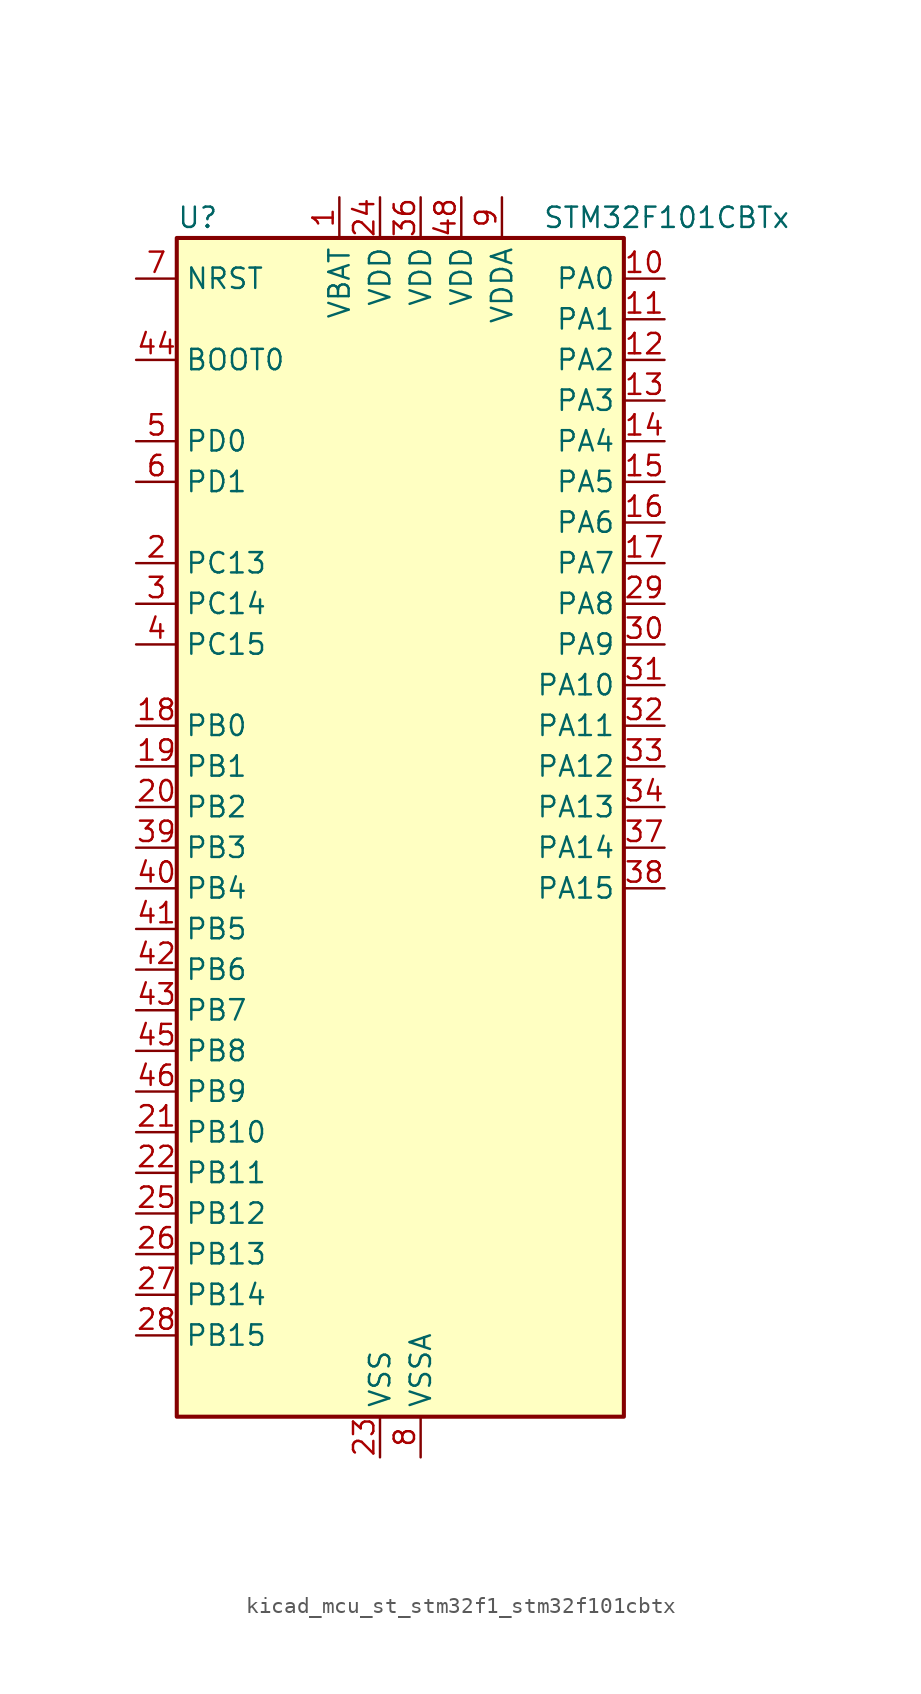
<source format=kicad_sym>
(kicad_symbol_lib
  (version 20220914)
  (generator kicad_symbol_editor)
  (symbol "kicad_mcu_st_stm32f1_stm32f101cbtx"
    (property "Reference" "U"
      (at -12.7 39.37 0)
      (effects (font (size 1.27 1.27)) (justify left)))
    (property "Value" "STM32F101CBTx"
      (at 10.16 39.37 0)
      (effects (font (size 1.27 1.27)) (justify left)))
    (property "ki_locked" ""
      (at 0 0 0)
      (effects (font (size 1.27 1.27))))
    (symbol "kicad_mcu_st_stm32f1_stm32f101cbtx_0_1"
      (rectangle (start -12.7 -35.56) (end 15.24 38.1) (stroke (width 0.254) (type default)) (fill (type background))))
    (symbol "kicad_mcu_st_stm32f1_stm32f101cbtx_1_1"
      (pin power_in line (at -2.54 40.64 270) (length 2.54) (name "VBAT" (effects (font (size 1.27 1.27)))) (number "1" (effects (font (size 1.27 1.27)))))
      (pin bidirectional line (at 17.78 35.56 180) (length 2.54) (name "PA0" (effects (font (size 1.27 1.27)))) (number "10" (effects (font (size 1.27 1.27)))) (alternate "ADC1_IN0" bidirectional line) (alternate "SYS_WKUP" bidirectional line) (alternate "TIM2_CH1" bidirectional line) (alternate "TIM2_ETR" bidirectional line) (alternate "USART2_CTS" bidirectional line))
      (pin bidirectional line (at 17.78 33.02 180) (length 2.54) (name "PA1" (effects (font (size 1.27 1.27)))) (number "11" (effects (font (size 1.27 1.27)))) (alternate "ADC1_IN1" bidirectional line) (alternate "TIM2_CH2" bidirectional line) (alternate "USART2_RTS" bidirectional line))
      (pin bidirectional line (at 17.78 30.48 180) (length 2.54) (name "PA2" (effects (font (size 1.27 1.27)))) (number "12" (effects (font (size 1.27 1.27)))) (alternate "ADC1_IN2" bidirectional line) (alternate "TIM2_CH3" bidirectional line) (alternate "USART2_TX" bidirectional line))
      (pin bidirectional line (at 17.78 27.94 180) (length 2.54) (name "PA3" (effects (font (size 1.27 1.27)))) (number "13" (effects (font (size 1.27 1.27)))) (alternate "ADC1_IN3" bidirectional line) (alternate "TIM2_CH4" bidirectional line) (alternate "USART2_RX" bidirectional line))
      (pin bidirectional line (at 17.78 25.4 180) (length 2.54) (name "PA4" (effects (font (size 1.27 1.27)))) (number "14" (effects (font (size 1.27 1.27)))) (alternate "ADC1_IN4" bidirectional line) (alternate "SPI1_NSS" bidirectional line) (alternate "USART2_CK" bidirectional line))
      (pin bidirectional line (at 17.78 22.86 180) (length 2.54) (name "PA5" (effects (font (size 1.27 1.27)))) (number "15" (effects (font (size 1.27 1.27)))) (alternate "ADC1_IN5" bidirectional line) (alternate "SPI1_SCK" bidirectional line))
      (pin bidirectional line (at 17.78 20.32 180) (length 2.54) (name "PA6" (effects (font (size 1.27 1.27)))) (number "16" (effects (font (size 1.27 1.27)))) (alternate "ADC1_IN6" bidirectional line) (alternate "SPI1_MISO" bidirectional line) (alternate "TIM3_CH1" bidirectional line))
      (pin bidirectional line (at 17.78 17.78 180) (length 2.54) (name "PA7" (effects (font (size 1.27 1.27)))) (number "17" (effects (font (size 1.27 1.27)))) (alternate "ADC1_IN7" bidirectional line) (alternate "SPI1_MOSI" bidirectional line) (alternate "TIM3_CH2" bidirectional line))
      (pin bidirectional line (at -15.24 7.62 0) (length 2.54) (name "PB0" (effects (font (size 1.27 1.27)))) (number "18" (effects (font (size 1.27 1.27)))) (alternate "ADC1_IN8" bidirectional line) (alternate "TIM3_CH3" bidirectional line))
      (pin bidirectional line (at -15.24 5.08 0) (length 2.54) (name "PB1" (effects (font (size 1.27 1.27)))) (number "19" (effects (font (size 1.27 1.27)))) (alternate "ADC1_IN9" bidirectional line) (alternate "TIM3_CH4" bidirectional line))
      (pin bidirectional line (at -15.24 17.78 0) (length 2.54) (name "PC13" (effects (font (size 1.27 1.27)))) (number "2" (effects (font (size 1.27 1.27)))) (alternate "RTC_OUT" bidirectional line) (alternate "RTC_TAMPER" bidirectional line))
      (pin bidirectional line (at -15.24 2.54 0) (length 2.54) (name "PB2" (effects (font (size 1.27 1.27)))) (number "20" (effects (font (size 1.27 1.27)))))
      (pin bidirectional line (at -15.24 -17.78 0) (length 2.54) (name "PB10" (effects (font (size 1.27 1.27)))) (number "21" (effects (font (size 1.27 1.27)))) (alternate "I2C2_SCL" bidirectional line) (alternate "TIM2_CH3" bidirectional line) (alternate "USART3_TX" bidirectional line))
      (pin bidirectional line (at -15.24 -20.32 0) (length 2.54) (name "PB11" (effects (font (size 1.27 1.27)))) (number "22" (effects (font (size 1.27 1.27)))) (alternate "ADC1_EXTI11" bidirectional line) (alternate "I2C2_SDA" bidirectional line) (alternate "TIM2_CH4" bidirectional line) (alternate "USART3_RX" bidirectional line))
      (pin power_in line (at 0 -38.1 90) (length 2.54) (name "VSS" (effects (font (size 1.27 1.27)))) (number "23" (effects (font (size 1.27 1.27)))))
      (pin power_in line (at 0 40.64 270) (length 2.54) (name "VDD" (effects (font (size 1.27 1.27)))) (number "24" (effects (font (size 1.27 1.27)))))
      (pin bidirectional line (at -15.24 -22.86 0) (length 2.54) (name "PB12" (effects (font (size 1.27 1.27)))) (number "25" (effects (font (size 1.27 1.27)))) (alternate "I2C2_SMBA" bidirectional line) (alternate "SPI2_NSS" bidirectional line) (alternate "USART3_CK" bidirectional line))
      (pin bidirectional line (at -15.24 -25.4 0) (length 2.54) (name "PB13" (effects (font (size 1.27 1.27)))) (number "26" (effects (font (size 1.27 1.27)))) (alternate "SPI2_SCK" bidirectional line) (alternate "USART3_CTS" bidirectional line))
      (pin bidirectional line (at -15.24 -27.94 0) (length 2.54) (name "PB14" (effects (font (size 1.27 1.27)))) (number "27" (effects (font (size 1.27 1.27)))) (alternate "SPI2_MISO" bidirectional line) (alternate "USART3_RTS" bidirectional line))
      (pin bidirectional line (at -15.24 -30.48 0) (length 2.54) (name "PB15" (effects (font (size 1.27 1.27)))) (number "28" (effects (font (size 1.27 1.27)))) (alternate "ADC1_EXTI15" bidirectional line) (alternate "SPI2_MOSI" bidirectional line))
      (pin bidirectional line (at 17.78 15.24 180) (length 2.54) (name "PA8" (effects (font (size 1.27 1.27)))) (number "29" (effects (font (size 1.27 1.27)))) (alternate "RCC_MCO" bidirectional line) (alternate "USART1_CK" bidirectional line))
      (pin bidirectional line (at -15.24 15.24 0) (length 2.54) (name "PC14" (effects (font (size 1.27 1.27)))) (number "3" (effects (font (size 1.27 1.27)))) (alternate "RCC_OSC32_IN" bidirectional line))
      (pin bidirectional line (at 17.78 12.7 180) (length 2.54) (name "PA9" (effects (font (size 1.27 1.27)))) (number "30" (effects (font (size 1.27 1.27)))) (alternate "USART1_TX" bidirectional line))
      (pin bidirectional line (at 17.78 10.16 180) (length 2.54) (name "PA10" (effects (font (size 1.27 1.27)))) (number "31" (effects (font (size 1.27 1.27)))) (alternate "USART1_RX" bidirectional line))
      (pin bidirectional line (at 17.78 7.62 180) (length 2.54) (name "PA11" (effects (font (size 1.27 1.27)))) (number "32" (effects (font (size 1.27 1.27)))) (alternate "ADC1_EXTI11" bidirectional line) (alternate "USART1_CTS" bidirectional line))
      (pin bidirectional line (at 17.78 5.08 180) (length 2.54) (name "PA12" (effects (font (size 1.27 1.27)))) (number "33" (effects (font (size 1.27 1.27)))) (alternate "USART1_RTS" bidirectional line))
      (pin bidirectional line (at 17.78 2.54 180) (length 2.54) (name "PA13" (effects (font (size 1.27 1.27)))) (number "34" (effects (font (size 1.27 1.27)))) (alternate "SYS_JTMS-SWDIO" bidirectional line))
      (pin passive line (at 0 -38.1 90) (length 2.54) hide (name "VSS" (effects (font (size 1.27 1.27)))) (number "35" (effects (font (size 1.27 1.27)))))
      (pin power_in line (at 2.54 40.64 270) (length 2.54) (name "VDD" (effects (font (size 1.27 1.27)))) (number "36" (effects (font (size 1.27 1.27)))))
      (pin bidirectional line (at 17.78 0 180) (length 2.54) (name "PA14" (effects (font (size 1.27 1.27)))) (number "37" (effects (font (size 1.27 1.27)))) (alternate "SYS_JTCK-SWCLK" bidirectional line))
      (pin bidirectional line (at 17.78 -2.54 180) (length 2.54) (name "PA15" (effects (font (size 1.27 1.27)))) (number "38" (effects (font (size 1.27 1.27)))) (alternate "ADC1_EXTI15" bidirectional line) (alternate "SPI1_NSS" bidirectional line) (alternate "SYS_JTDI" bidirectional line) (alternate "TIM2_CH1" bidirectional line) (alternate "TIM2_ETR" bidirectional line))
      (pin bidirectional line (at -15.24 0 0) (length 2.54) (name "PB3" (effects (font (size 1.27 1.27)))) (number "39" (effects (font (size 1.27 1.27)))) (alternate "SPI1_SCK" bidirectional line) (alternate "SYS_JTDO-TRACESWO" bidirectional line) (alternate "TIM2_CH2" bidirectional line))
      (pin bidirectional line (at -15.24 12.7 0) (length 2.54) (name "PC15" (effects (font (size 1.27 1.27)))) (number "4" (effects (font (size 1.27 1.27)))) (alternate "ADC1_EXTI15" bidirectional line) (alternate "RCC_OSC32_OUT" bidirectional line))
      (pin bidirectional line (at -15.24 -2.54 0) (length 2.54) (name "PB4" (effects (font (size 1.27 1.27)))) (number "40" (effects (font (size 1.27 1.27)))) (alternate "SPI1_MISO" bidirectional line) (alternate "SYS_NJTRST" bidirectional line) (alternate "TIM3_CH1" bidirectional line))
      (pin bidirectional line (at -15.24 -5.08 0) (length 2.54) (name "PB5" (effects (font (size 1.27 1.27)))) (number "41" (effects (font (size 1.27 1.27)))) (alternate "I2C1_SMBA" bidirectional line) (alternate "SPI1_MOSI" bidirectional line) (alternate "TIM3_CH2" bidirectional line))
      (pin bidirectional line (at -15.24 -7.62 0) (length 2.54) (name "PB6" (effects (font (size 1.27 1.27)))) (number "42" (effects (font (size 1.27 1.27)))) (alternate "I2C1_SCL" bidirectional line) (alternate "TIM4_CH1" bidirectional line) (alternate "USART1_TX" bidirectional line))
      (pin bidirectional line (at -15.24 -10.16 0) (length 2.54) (name "PB7" (effects (font (size 1.27 1.27)))) (number "43" (effects (font (size 1.27 1.27)))) (alternate "I2C1_SDA" bidirectional line) (alternate "TIM4_CH2" bidirectional line) (alternate "USART1_RX" bidirectional line))
      (pin input line (at -15.24 30.48 0) (length 2.54) (name "BOOT0" (effects (font (size 1.27 1.27)))) (number "44" (effects (font (size 1.27 1.27)))))
      (pin bidirectional line (at -15.24 -12.7 0) (length 2.54) (name "PB8" (effects (font (size 1.27 1.27)))) (number "45" (effects (font (size 1.27 1.27)))) (alternate "I2C1_SCL" bidirectional line) (alternate "TIM4_CH3" bidirectional line))
      (pin bidirectional line (at -15.24 -15.24 0) (length 2.54) (name "PB9" (effects (font (size 1.27 1.27)))) (number "46" (effects (font (size 1.27 1.27)))) (alternate "I2C1_SDA" bidirectional line) (alternate "TIM4_CH4" bidirectional line))
      (pin passive line (at 0 -38.1 90) (length 2.54) hide (name "VSS" (effects (font (size 1.27 1.27)))) (number "47" (effects (font (size 1.27 1.27)))))
      (pin power_in line (at 5.08 40.64 270) (length 2.54) (name "VDD" (effects (font (size 1.27 1.27)))) (number "48" (effects (font (size 1.27 1.27)))))
      (pin bidirectional line (at -15.24 25.4 0) (length 2.54) (name "PD0" (effects (font (size 1.27 1.27)))) (number "5" (effects (font (size 1.27 1.27)))) (alternate "RCC_OSC_IN" bidirectional line))
      (pin bidirectional line (at -15.24 22.86 0) (length 2.54) (name "PD1" (effects (font (size 1.27 1.27)))) (number "6" (effects (font (size 1.27 1.27)))) (alternate "RCC_OSC_OUT" bidirectional line))
      (pin input line (at -15.24 35.56 0) (length 2.54) (name "NRST" (effects (font (size 1.27 1.27)))) (number "7" (effects (font (size 1.27 1.27)))))
      (pin power_in line (at 2.54 -38.1 90) (length 2.54) (name "VSSA" (effects (font (size 1.27 1.27)))) (number "8" (effects (font (size 1.27 1.27)))))
      (pin power_in line (at 7.62 40.64 270) (length 2.54) (name "VDDA" (effects (font (size 1.27 1.27)))) (number "9" (effects (font (size 1.27 1.27))))))))
</source>
